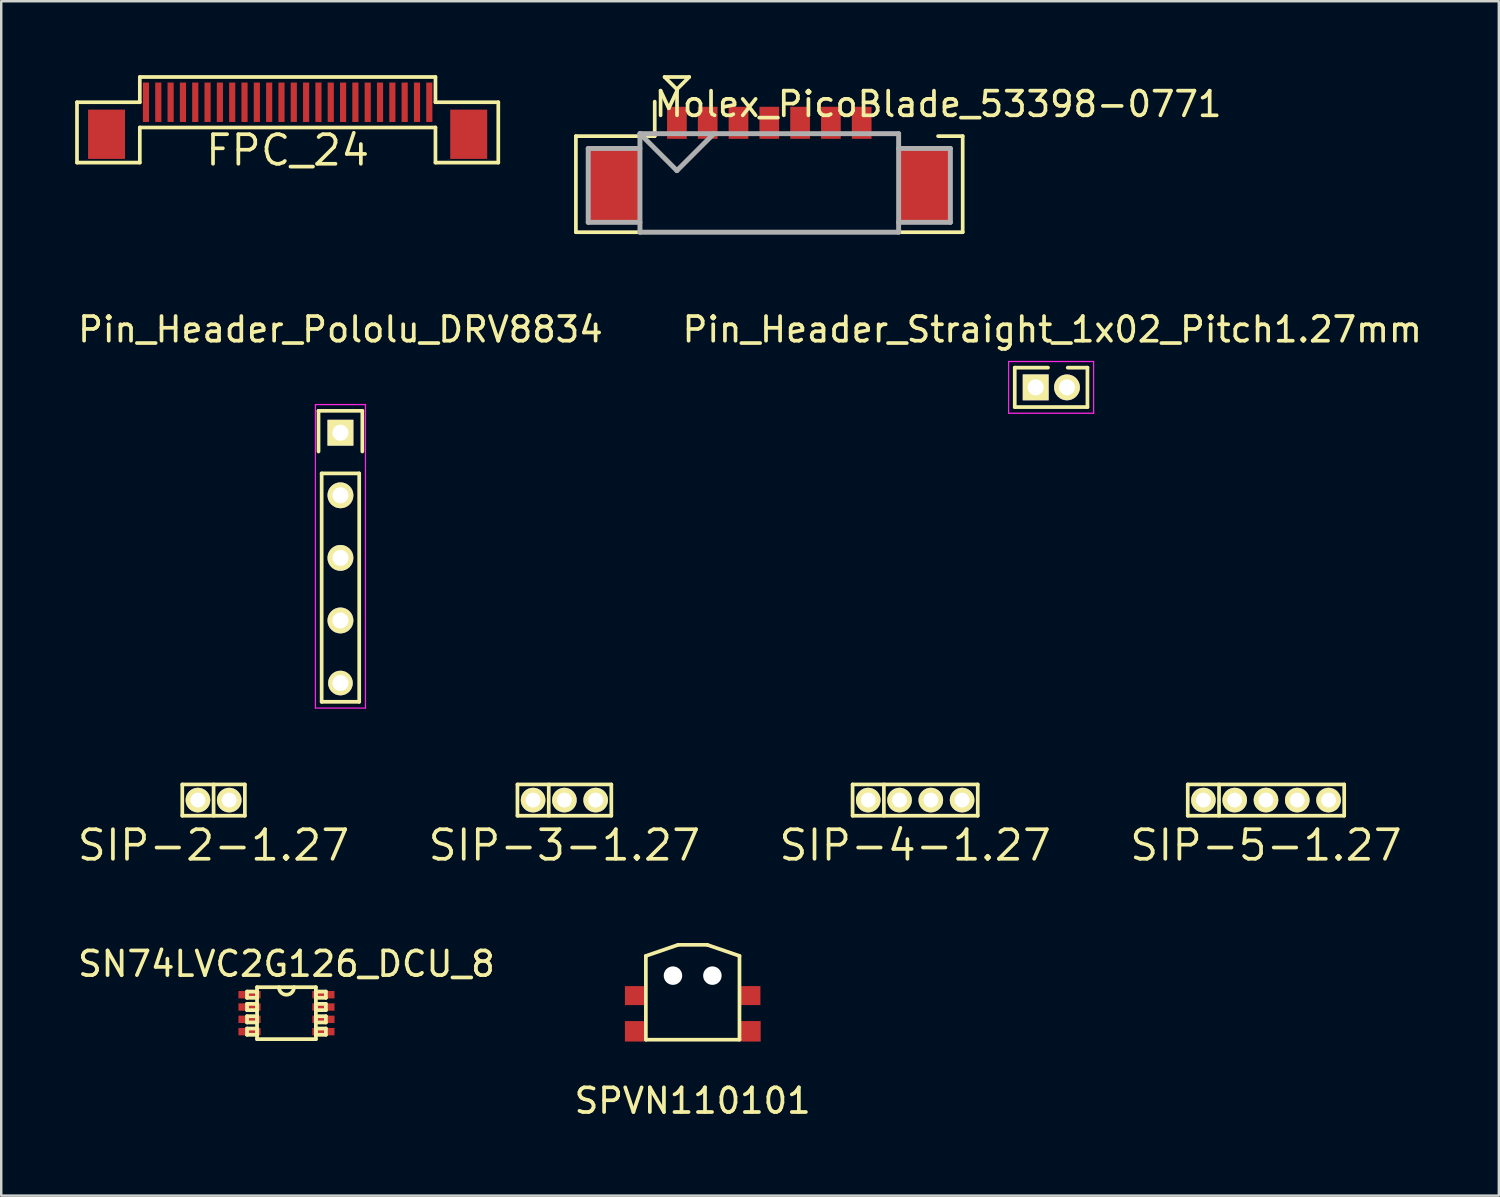
<source format=kicad_pcb>
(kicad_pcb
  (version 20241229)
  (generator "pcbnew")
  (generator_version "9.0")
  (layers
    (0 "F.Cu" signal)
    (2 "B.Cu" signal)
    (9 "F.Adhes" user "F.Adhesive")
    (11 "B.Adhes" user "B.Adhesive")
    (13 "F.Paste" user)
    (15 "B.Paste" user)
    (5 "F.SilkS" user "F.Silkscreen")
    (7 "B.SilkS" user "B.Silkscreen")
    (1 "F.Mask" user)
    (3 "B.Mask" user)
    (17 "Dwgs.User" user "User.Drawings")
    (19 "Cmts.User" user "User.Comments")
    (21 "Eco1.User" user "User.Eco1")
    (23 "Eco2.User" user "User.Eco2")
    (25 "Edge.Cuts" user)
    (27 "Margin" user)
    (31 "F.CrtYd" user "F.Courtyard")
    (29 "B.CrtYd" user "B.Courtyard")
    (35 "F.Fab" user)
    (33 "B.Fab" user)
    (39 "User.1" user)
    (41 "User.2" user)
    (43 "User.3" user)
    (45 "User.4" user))
  (footprint "FPC_24"
    (layer "F.Cu")
    (at 8.625 1.1)
    (property "Reference" "FPC_24" (at 0 1.95 0) (layer "F.SilkS") (effects (font (size 1.2 1.2) (thickness 0.15))))
    (attr through_hole)
    (fp_line (start -8.55 0) (end -6 0) (stroke (width 0.15) (type solid)) (layer "F.SilkS"))
    (fp_line (start -8.55 2.45) (end -8.55 0) (stroke (width 0.15) (type solid)) (layer "F.SilkS"))
    (fp_line (start -6 -1.025) (end 6 -1.025) (stroke (width 0.15) (type solid)) (layer "F.SilkS"))
    (fp_line (start -6 0) (end -6 -1.025) (stroke (width 0.15) (type solid)) (layer "F.SilkS"))
    (fp_line (start -6 1.025) (end -6 2.45) (stroke (width 0.15) (type solid)) (layer "F.SilkS"))
    (fp_line (start -6 1.025) (end 6 1.025) (stroke (width 0.15) (type solid)) (layer "F.SilkS"))
    (fp_line (start -6 2.45) (end -8.55 2.45) (stroke (width 0.15) (type solid)) (layer "F.SilkS"))
    (fp_line (start 6 0) (end 6 -1.025) (stroke (width 0.15) (type solid)) (layer "F.SilkS"))
    (fp_line (start 6 1.025) (end 6 2.45) (stroke (width 0.15) (type solid)) (layer "F.SilkS"))
    (fp_line (start 6 2.45) (end 8.55 2.45) (stroke (width 0.15) (type solid)) (layer "F.SilkS"))
    (fp_line (start 8.55 0) (end 6 0) (stroke (width 0.15) (type solid)) (layer "F.SilkS"))
    (fp_line (start 8.55 2.45) (end 8.55 0) (stroke (width 0.15) (type solid)) (layer "F.SilkS"))
    (pad "0" smd rect (at -7.35 1.3) (size 1.5 2) (layers "F.Cu" "F.Mask" "F.Paste"))
    (pad "0" smd rect (at 7.35 1.3) (size 1.5 2) (layers "F.Cu" "F.Mask" "F.Paste"))
    (pad "1" smd rect (at -5.75 0) (size 0.25 1.6) (layers "F.Cu" "F.Mask" "F.Paste"))
    (pad "2" smd rect (at -5.25 0) (size 0.25 1.6) (layers "F.Cu" "F.Mask" "F.Paste"))
    (pad "3" smd rect (at -4.75 0) (size 0.25 1.6) (layers "F.Cu" "F.Mask" "F.Paste"))
    (pad "4" smd rect (at -4.25 0) (size 0.25 1.6) (layers "F.Cu" "F.Mask" "F.Paste"))
    (pad "5" smd rect (at -3.75 0) (size 0.25 1.6) (layers "F.Cu" "F.Mask" "F.Paste"))
    (pad "6" smd rect (at -3.25 0) (size 0.25 1.6) (layers "F.Cu" "F.Mask" "F.Paste"))
    (pad "7" smd rect (at -2.75 0) (size 0.25 1.6) (layers "F.Cu" "F.Mask" "F.Paste"))
    (pad "8" smd rect (at -2.25 0) (size 0.25 1.6) (layers "F.Cu" "F.Mask" "F.Paste"))
    (pad "9" smd rect (at -1.75 0) (size 0.25 1.6) (layers "F.Cu" "F.Mask" "F.Paste"))
    (pad "10" smd rect (at -1.25 0) (size 0.25 1.6) (layers "F.Cu" "F.Mask" "F.Paste"))
    (pad "11" smd rect (at -0.75 0) (size 0.25 1.6) (layers "F.Cu" "F.Mask" "F.Paste"))
    (pad "12" smd rect (at -0.25 0) (size 0.25 1.6) (layers "F.Cu" "F.Mask" "F.Paste"))
    (pad "13" smd rect (at 0.25 0) (size 0.25 1.6) (layers "F.Cu" "F.Mask" "F.Paste"))
    (pad "14" smd rect (at 0.75 0) (size 0.25 1.6) (layers "F.Cu" "F.Mask" "F.Paste"))
    (pad "15" smd rect (at 1.25 0) (size 0.25 1.6) (layers "F.Cu" "F.Mask" "F.Paste"))
    (pad "16" smd rect (at 1.75 0) (size 0.25 1.6) (layers "F.Cu" "F.Mask" "F.Paste"))
    (pad "17" smd rect (at 2.25 0) (size 0.25 1.6) (layers "F.Cu" "F.Mask" "F.Paste"))
    (pad "18" smd rect (at 2.75 0) (size 0.25 1.6) (layers "F.Cu" "F.Mask" "F.Paste"))
    (pad "19" smd rect (at 3.25 0) (size 0.25 1.6) (layers "F.Cu" "F.Mask" "F.Paste"))
    (pad "20" smd rect (at 3.75 0) (size 0.25 1.6) (layers "F.Cu" "F.Mask" "F.Paste"))
    (pad "21" smd rect (at 4.25 0) (size 0.25 1.6) (layers "F.Cu" "F.Mask" "F.Paste"))
    (pad "22" smd rect (at 4.75 0) (size 0.25 1.6) (layers "F.Cu" "F.Mask" "F.Paste"))
    (pad "23" smd rect (at 5.25 0) (size 0.25 1.6) (layers "F.Cu" "F.Mask" "F.Paste"))
    (pad "24" smd rect (at 5.75 0) (size 0.25 1.6) (layers "F.Cu" "F.Mask" "F.Paste")))
  (footprint "SIP-4-1.27"
    (layer "F.Cu")
    (at 34.096 29.425)
    (property "Reference" "SIP-4-1.27" (at 0 1.835 0) (layer "F.SilkS") (effects (font (size 1.2 1.2) (thickness 0.15))))
    (attr through_hole)
    (fp_line (start -2.54 -0.635) (end 2.54 -0.635) (stroke (width 0.15) (type solid)) (layer "F.SilkS"))
    (fp_line (start -2.54 0.635) (end -2.54 -0.635) (stroke (width 0.15) (type solid)) (layer "F.SilkS"))
    (fp_line (start -1.27 -0.635) (end -1.27 0.635) (stroke (width 0.15) (type solid)) (layer "F.SilkS"))
    (fp_line (start 2.54 -0.635) (end 2.54 0.635) (stroke (width 0.15) (type solid)) (layer "F.SilkS"))
    (fp_line (start 2.54 0.635) (end -2.54 0.635) (stroke (width 0.15) (type solid)) (layer "F.SilkS"))
    (pad "1" thru_hole circle (at -1.905 0) (size 1 1) (drill 0.6) (layers "*.Cu" "*.Mask" "F.SilkS"))
    (pad "2" thru_hole circle (at -0.635 0) (size 1 1) (drill 0.6) (layers "*.Cu" "*.Mask" "F.SilkS"))
    (pad "3" thru_hole circle (at 0.635 0) (size 1 1) (drill 0.6) (layers "*.Cu" "*.Mask" "F.SilkS"))
    (pad "4" thru_hole circle (at 1.905 0) (size 1 1) (drill 0.6) (layers "*.Cu" "*.Mask" "F.SilkS")))
  (footprint "SN74LVC2G126_DCU_8"
    (layer "F.Cu")
    (at 8.577 38.074)
    (property "Reference" "SN74LVC2G126_DCU_8" (at 0 -2 0) (layer "F.SilkS") (effects (font (size 1 1) (thickness 0.15))))
    (attr through_hole)
    (fp_line (start -1.6 -0.877) (end -1.6 -0.623) (stroke (width 0.152) (type solid)) (layer "F.SilkS"))
    (fp_line (start -1.6 -0.623) (end -1.194 -0.623) (stroke (width 0.152) (type solid)) (layer "F.SilkS"))
    (fp_line (start -1.6 -0.377) (end -1.6 -0.123) (stroke (width 0.152) (type solid)) (layer "F.SilkS"))
    (fp_line (start -1.6 -0.123) (end -1.194 -0.123) (stroke (width 0.152) (type solid)) (layer "F.SilkS"))
    (fp_line (start -1.6 0.123) (end -1.6 0.377) (stroke (width 0.152) (type solid)) (layer "F.SilkS"))
    (fp_line (start -1.6 0.377) (end -1.194 0.377) (stroke (width 0.152) (type solid)) (layer "F.SilkS"))
    (fp_line (start -1.6 0.623) (end -1.6 0.877) (stroke (width 0.152) (type solid)) (layer "F.SilkS"))
    (fp_line (start -1.6 0.877) (end -1.194 0.877) (stroke (width 0.152) (type solid)) (layer "F.SilkS"))
    (fp_line (start -1.194 -1.054) (end -1.194 1.054) (stroke (width 0.152) (type solid)) (layer "F.SilkS"))
    (fp_line (start -1.194 -0.877) (end -1.6 -0.877) (stroke (width 0.152) (type solid)) (layer "F.SilkS"))
    (fp_line (start -1.194 -0.623) (end -1.194 -0.877) (stroke (width 0.152) (type solid)) (layer "F.SilkS"))
    (fp_line (start -1.194 -0.377) (end -1.6 -0.377) (stroke (width 0.152) (type solid)) (layer "F.SilkS"))
    (fp_line (start -1.194 -0.123) (end -1.194 -0.377) (stroke (width 0.152) (type solid)) (layer "F.SilkS"))
    (fp_line (start -1.194 0.123) (end -1.6 0.123) (stroke (width 0.152) (type solid)) (layer "F.SilkS"))
    (fp_line (start -1.194 0.377) (end -1.194 0.123) (stroke (width 0.152) (type solid)) (layer "F.SilkS"))
    (fp_line (start -1.194 0.623) (end -1.6 0.623) (stroke (width 0.152) (type solid)) (layer "F.SilkS"))
    (fp_line (start -1.194 0.877) (end -1.194 0.623) (stroke (width 0.152) (type solid)) (layer "F.SilkS"))
    (fp_line (start -1.194 1.054) (end 1.194 1.054) (stroke (width 0.152) (type solid)) (layer "F.SilkS"))
    (fp_line (start 1.194 -1.054) (end -1.194 -1.054) (stroke (width 0.152) (type solid)) (layer "F.SilkS"))
    (fp_line (start 1.194 -0.877) (end 1.194 -0.623) (stroke (width 0.152) (type solid)) (layer "F.SilkS"))
    (fp_line (start 1.194 -0.623) (end 1.6 -0.623) (stroke (width 0.152) (type solid)) (layer "F.SilkS"))
    (fp_line (start 1.194 -0.377) (end 1.194 -0.123) (stroke (width 0.152) (type solid)) (layer "F.SilkS"))
    (fp_line (start 1.194 -0.123) (end 1.6 -0.123) (stroke (width 0.152) (type solid)) (layer "F.SilkS"))
    (fp_line (start 1.194 0.123) (end 1.194 0.377) (stroke (width 0.152) (type solid)) (layer "F.SilkS"))
    (fp_line (start 1.194 0.377) (end 1.6 0.377) (stroke (width 0.152) (type solid)) (layer "F.SilkS"))
    (fp_line (start 1.194 0.623) (end 1.194 0.877) (stroke (width 0.152) (type solid)) (layer "F.SilkS"))
    (fp_line (start 1.194 0.877) (end 1.6 0.877) (stroke (width 0.152) (type solid)) (layer "F.SilkS"))
    (fp_line (start 1.194 1.054) (end 1.194 -1.054) (stroke (width 0.152) (type solid)) (layer "F.SilkS"))
    (fp_line (start 1.6 -0.877) (end 1.194 -0.877) (stroke (width 0.152) (type solid)) (layer "F.SilkS"))
    (fp_line (start 1.6 -0.623) (end 1.6 -0.877) (stroke (width 0.152) (type solid)) (layer "F.SilkS"))
    (fp_line (start 1.6 -0.377) (end 1.194 -0.377) (stroke (width 0.152) (type solid)) (layer "F.SilkS"))
    (fp_line (start 1.6 -0.123) (end 1.6 -0.377) (stroke (width 0.152) (type solid)) (layer "F.SilkS"))
    (fp_line (start 1.6 0.123) (end 1.194 0.123) (stroke (width 0.152) (type solid)) (layer "F.SilkS"))
    (fp_line (start 1.6 0.377) (end 1.6 0.123) (stroke (width 0.152) (type solid)) (layer "F.SilkS"))
    (fp_line (start 1.6 0.623) (end 1.194 0.623) (stroke (width 0.152) (type solid)) (layer "F.SilkS"))
    (fp_line (start 1.6 0.877) (end 1.6 0.623) (stroke (width 0.152) (type solid)) (layer "F.SilkS"))
    (fp_arc (start 0.3048 -1.0541) (mid 0 -0.7493) (end -0.3048 -1.0541) (stroke (width 0.1524) (type solid)) (layer "F.SilkS"))
    (pad "1" smd rect (at -1.5 -0.75) (size 0.9 0.3) (layers "F.Cu" "F.Mask" "F.Paste"))
    (pad "2" smd rect (at -1.5 -0.25) (size 0.9 0.3) (layers "F.Cu" "F.Mask" "F.Paste"))
    (pad "3" smd rect (at -1.5 0.25) (size 0.9 0.3) (layers "F.Cu" "F.Mask" "F.Paste"))
    (pad "4" smd rect (at -1.5 0.75) (size 0.9 0.3) (layers "F.Cu" "F.Mask" "F.Paste"))
    (pad "5" smd rect (at 1.5 0.75) (size 0.9 0.3) (layers "F.Cu" "F.Mask" "F.Paste"))
    (pad "6" smd rect (at 1.5 0.25) (size 0.9 0.3) (layers "F.Cu" "F.Mask" "F.Paste"))
    (pad "7" smd rect (at 1.5 -0.25) (size 0.9 0.3) (layers "F.Cu" "F.Mask" "F.Paste"))
    (pad "8" smd rect (at 1.5 -0.75) (size 0.9 0.3) (layers "F.Cu" "F.Mask" "F.Paste")))
  (footprint "Pin_Header_Straight_1x02_Pitch1.27mm"
    (layer "F.Cu")
    (at 38.988 12.673)
    (property "Reference" "Pin_Header_Straight_1x02_Pitch1.27mm" (at 0.673 -2.349 0) (layer "F.SilkS") (effects (font (size 1 1) (thickness 0.15))))
    (attr through_hole)
    (fp_line (start -0.85 -0.8) (end -0.85 0.8) (stroke (width 0.15) (type solid)) (layer "F.SilkS"))
    (fp_line (start 0.5 -0.8) (end -0.85 -0.8) (stroke (width 0.15) (type solid)) (layer "F.SilkS"))
    (fp_line (start 2.1 -0.8) (end 1.3 -0.8) (stroke (width 0.15) (type solid)) (layer "F.SilkS"))
    (fp_line (start 2.1 0.8) (end -0.85 0.8) (stroke (width 0.15) (type solid)) (layer "F.SilkS"))
    (fp_line (start 2.1 0.8) (end 2.1 -0.8) (stroke (width 0.15) (type solid)) (layer "F.SilkS"))
    (fp_line (start -1.1 -1.05) (end -1.1 1.05) (stroke (width 0.05) (type solid)) (layer "F.CrtYd"))
    (fp_line (start -1.1 -1.05) (end 2.35 -1.05) (stroke (width 0.05) (type solid)) (layer "F.CrtYd"))
    (fp_line (start -1.1 1.05) (end 2.35 1.05) (stroke (width 0.05) (type solid)) (layer "F.CrtYd"))
    (fp_line (start 2.35 -1.05) (end 2.35 1.05) (stroke (width 0.05) (type solid)) (layer "F.CrtYd"))
    (pad "1" thru_hole rect (at 0 0) (size 1.05 1.05) (drill 0.65) (layers "*.Cu" "*.Mask" "F.SilkS"))
    (pad "2" thru_hole circle (at 1.27 0) (size 1.05 1.05) (drill 0.65) (layers "*.Cu" "*.Mask" "F.SilkS")))
  (footprint "SPVN110101"
    (layer "F.Cu")
    (at 25.065 36.55)
    (property "Reference" "SPVN110101" (at 0 5.08 0) (layer "F.SilkS") (effects (font (size 1 1) (thickness 0.15))))
    (attr through_hole)
    (fp_line (start -1.9 -0.8) (end -1.9 2.6) (stroke (width 0.15) (type solid)) (layer "F.SilkS"))
    (fp_line (start -1.9 -0.8) (end -0.59 -1.25) (stroke (width 0.15) (type solid)) (layer "F.SilkS"))
    (fp_line (start -1.9 2.6) (end 1.9 2.6) (stroke (width 0.15) (type solid)) (layer "F.SilkS"))
    (fp_line (start 0.59 -1.25) (end -0.59 -1.25) (stroke (width 0.15) (type solid)) (layer "F.SilkS"))
    (fp_line (start 0.59 -1.25) (end 1.9 -0.8) (stroke (width 0.15) (type solid)) (layer "F.SilkS"))
    (fp_line (start 1.9 2.6) (end 1.9 -0.8) (stroke (width 0.15) (type solid)) (layer "F.SilkS"))
    (pad "" np_thru_hole circle (at -0.8 0) (size 0.75 0.75) (drill 0.75) (layers "*.Cu"))
    (pad "" np_thru_hole circle (at 0.8 0) (size 0.75 0.75) (drill 0.75) (layers "*.Cu"))
    (pad "1" smd rect (at -2.35 0.81) (size 0.8 0.77) (layers "F.Cu" "F.Mask" "F.Paste"))
    (pad "2" smd rect (at -2.35 2.26) (size 0.8 0.83) (layers "F.Cu" "F.Mask" "F.Paste"))
    (pad "3" smd rect (at 2.35 0.81) (size 0.8 0.77) (layers "F.Cu" "F.Mask" "F.Paste"))
    (pad "4" smd rect (at 2.36 2.26) (size 0.8 0.83) (layers "F.Cu" "F.Mask" "F.Paste")))
  (footprint "Molex_PicoBlade_53398-0771"
    (layer "F.Cu")
    (at 28.175 4.475)
    (property "Reference" "Molex_PicoBlade_53398-0771" (at 6.85 -3.3 0) (layer "F.SilkS") (effects (font (size 1 1) (thickness 0.15))))
    (attr smd)
    (fp_line (start -7.85 -2) (end -7.85 1.9) (stroke (width 0.15) (type solid)) (layer "F.SilkS"))
    (fp_line (start -7.85 1.9) (end 7.85 1.9) (stroke (width 0.15) (type solid)) (layer "F.SilkS"))
    (fp_line (start -4.65 -3.4) (end -4.65 -2) (stroke (width 0.15) (type solid)) (layer "F.SilkS"))
    (fp_line (start -4.65 -2) (end -7.85 -2) (stroke (width 0.15) (type solid)) (layer "F.SilkS"))
    (fp_line (start -4.25 -4.4) (end -3.25 -4.4) (stroke (width 0.15) (type solid)) (layer "F.SilkS"))
    (fp_line (start -3.75 -3.9) (end -4.25 -4.4) (stroke (width 0.15) (type solid)) (layer "F.SilkS"))
    (fp_line (start -3.25 -4.4) (end -3.75 -3.9) (stroke (width 0.15) (type solid)) (layer "F.SilkS"))
    (fp_line (start 7.85 -2) (end 6.85 -2) (stroke (width 0.15) (type solid)) (layer "F.SilkS"))
    (fp_line (start 7.85 1.9) (end 7.85 -2) (stroke (width 0.15) (type solid)) (layer "F.SilkS"))
    (fp_line (start -7.35 -1.5) (end -7.35 1.5) (stroke (width 0.2) (type solid)) (layer "F.Fab"))
    (fp_line (start -7.35 1.5) (end -5.25 1.5) (stroke (width 0.2) (type solid)) (layer "F.Fab"))
    (fp_line (start -5.25 -2.1) (end -5.25 1.9) (stroke (width 0.2) (type solid)) (layer "F.Fab"))
    (fp_line (start -5.25 -2.1) (end -3.75 -0.6) (stroke (width 0.2) (type solid)) (layer "F.Fab"))
    (fp_line (start -5.25 -1.5) (end -7.35 -1.5) (stroke (width 0.2) (type solid)) (layer "F.Fab"))
    (fp_line (start -5.25 1.9) (end 5.25 1.9) (stroke (width 0.2) (type solid)) (layer "F.Fab"))
    (fp_line (start -3.75 -0.6) (end -2.25 -2.1) (stroke (width 0.2) (type solid)) (layer "F.Fab"))
    (fp_line (start 5.25 -2.1) (end -5.25 -2.1) (stroke (width 0.2) (type solid)) (layer "F.Fab"))
    (fp_line (start 5.25 -1.5) (end 7.35 -1.5) (stroke (width 0.2) (type solid)) (layer "F.Fab"))
    (fp_line (start 5.25 1.9) (end 5.25 -2.1) (stroke (width 0.2) (type solid)) (layer "F.Fab"))
    (fp_line (start 7.35 -1.5) (end 7.35 1.5) (stroke (width 0.2) (type solid)) (layer "F.Fab"))
    (fp_line (start 7.35 1.5) (end 5.25 1.5) (stroke (width 0.2) (type solid)) (layer "F.Fab"))
    (pad "" smd rect (at -6.3 0) (size 2.1 3) (layers "F.Cu" "F.Mask" "F.Paste"))
    (pad "" smd rect (at 6.3 0) (size 2.1 3) (layers "F.Cu" "F.Mask" "F.Paste"))
    (pad "1" smd rect (at -3.75 -2.54) (size 0.8 1.3) (layers "F.Cu" "F.Mask" "F.Paste"))
    (pad "2" smd rect (at -2.5 -2.54) (size 0.8 1.3) (layers "F.Cu" "F.Mask" "F.Paste"))
    (pad "3" smd rect (at -1.25 -2.54) (size 0.8 1.3) (layers "F.Cu" "F.Mask" "F.Paste"))
    (pad "4" smd rect (at 0 -2.54) (size 0.8 1.3) (layers "F.Cu" "F.Mask" "F.Paste"))
    (pad "5" smd rect (at 1.25 -2.54) (size 0.8 1.3) (layers "F.Cu" "F.Mask" "F.Paste"))
    (pad "6" smd rect (at 2.5 -2.54) (size 0.8 1.3) (layers "F.Cu" "F.Mask" "F.Paste"))
    (pad "7" smd rect (at 3.75 -2.54) (size 0.8 1.3) (layers "F.Cu" "F.Mask" "F.Paste")))
  (footprint "SIP-5-1.27"
    (layer "F.Cu")
    (at 48.335 29.425)
    (property "Reference" "SIP-5-1.27" (at 0 1.835 0) (layer "F.SilkS") (effects (font (size 1.2 1.2) (thickness 0.15))))
    (attr through_hole)
    (fp_line (start -3.175 -0.635) (end 3.175 -0.635) (stroke (width 0.15) (type solid)) (layer "F.SilkS"))
    (fp_line (start -3.175 0.635) (end -3.175 -0.635) (stroke (width 0.15) (type solid)) (layer "F.SilkS"))
    (fp_line (start -1.905 -0.635) (end -1.905 0.635) (stroke (width 0.15) (type solid)) (layer "F.SilkS"))
    (fp_line (start 3.175 -0.635) (end 3.175 0.635) (stroke (width 0.15) (type solid)) (layer "F.SilkS"))
    (fp_line (start 3.175 0.635) (end -3.175 0.635) (stroke (width 0.15) (type solid)) (layer "F.SilkS"))
    (pad "1" thru_hole circle (at -2.54 0) (size 1 1) (drill 0.6) (layers "*.Cu" "*.Mask" "F.SilkS"))
    (pad "2" thru_hole circle (at -1.27 0) (size 1 1) (drill 0.6) (layers "*.Cu" "*.Mask" "F.SilkS"))
    (pad "3" thru_hole circle (at 0 0) (size 1 1) (drill 0.6) (layers "*.Cu" "*.Mask" "F.SilkS"))
    (pad "4" thru_hole circle (at 1.27 0) (size 1 1) (drill 0.6) (layers "*.Cu" "*.Mask" "F.SilkS"))
    (pad "5" thru_hole circle (at 2.54 0) (size 1 1) (drill 0.6) (layers "*.Cu" "*.Mask" "F.SilkS")))
  (footprint "SIP-2-1.27"
    (layer "F.Cu")
    (at 5.619 29.425)
    (property "Reference" "SIP-2-1.27" (at 0 1.835 0) (layer "F.SilkS") (effects (font (size 1.2 1.2) (thickness 0.15))))
    (attr through_hole)
    (fp_line (start -1.27 -0.635) (end 1.27 -0.635) (stroke (width 0.15) (type solid)) (layer "F.SilkS"))
    (fp_line (start -1.27 0.635) (end -1.27 -0.635) (stroke (width 0.15) (type solid)) (layer "F.SilkS"))
    (fp_line (start 0 -0.635) (end 0 0.635) (stroke (width 0.15) (type solid)) (layer "F.SilkS"))
    (fp_line (start 1.27 -0.635) (end 1.27 0.635) (stroke (width 0.15) (type solid)) (layer "F.SilkS"))
    (fp_line (start 1.27 0.635) (end -1.27 0.635) (stroke (width 0.15) (type solid)) (layer "F.SilkS"))
    (pad "1" thru_hole circle (at -0.635 0) (size 1 1) (drill 0.6) (layers "*.Cu" "*.Mask" "F.SilkS"))
    (pad "2" thru_hole circle (at 0.635 0) (size 1 1) (drill 0.6) (layers "*.Cu" "*.Mask" "F.SilkS")))
  (footprint "Pin_Header_Pololu_DRV8834"
    (layer "F.Cu")
    (at 10.768 14.514)
    (property "Reference" "Pin_Header_Pololu_DRV8834" (at 0 -4.191 0) (layer "F.SilkS") (effects (font (size 1 1) (thickness 0.15))))
    (attr through_hole)
    (fp_line (start -0.889 -0.889) (end 0.889 -0.889) (stroke (width 0.15) (type solid)) (layer "F.SilkS"))
    (fp_line (start -0.889 0.762) (end -0.889 -0.889) (stroke (width 0.15) (type solid)) (layer "F.SilkS"))
    (fp_line (start -0.762 10.922) (end -0.762 1.651) (stroke (width 0.15) (type solid)) (layer "F.SilkS"))
    (fp_line (start 0.762 1.651) (end -0.762 1.651) (stroke (width 0.15) (type solid)) (layer "F.SilkS"))
    (fp_line (start 0.762 1.651) (end 0.762 10.922) (stroke (width 0.15) (type solid)) (layer "F.SilkS"))
    (fp_line (start 0.762 10.922) (end -0.762 10.922) (stroke (width 0.15) (type solid)) (layer "F.SilkS"))
    (fp_line (start 0.889 -0.889) (end 0.889 0.762) (stroke (width 0.15) (type solid)) (layer "F.SilkS"))
    (fp_line (start -1.016 -1.143) (end -1.016 11.176) (stroke (width 0.05) (type solid)) (layer "F.CrtYd"))
    (fp_line (start -1.016 -1.143) (end 1.016 -1.143) (stroke (width 0.05) (type solid)) (layer "F.CrtYd"))
    (fp_line (start -1.016 11.176) (end 1.016 11.176) (stroke (width 0.05) (type solid)) (layer "F.CrtYd"))
    (fp_line (start 1.016 -1.143) (end 1.016 11.176) (stroke (width 0.05) (type solid)) (layer "F.CrtYd"))
    (pad "1" thru_hole rect (at 0 0) (size 1.05 1.05) (drill 0.65) (layers "*.Cu" "*.Mask" "F.SilkS"))
    (pad "3" thru_hole circle (at 0 5.08) (size 1.05 1.05) (drill 0.65) (layers "*.Cu" "*.Mask" "F.SilkS"))
    (pad "4" thru_hole circle (at 0 7.62) (size 1.05 1.05) (drill 0.65) (layers "*.Cu" "*.Mask" "F.SilkS"))
    (pad "5" thru_hole circle (at 0 10.16) (size 1 1) (drill 0.65) (layers "*.Cu" "*.Mask" "F.SilkS"))
    (pad "~" thru_hole circle (at 0 2.54) (size 1.05 1.05) (drill 0.65) (layers "*.Cu" "*.Mask" "F.SilkS")))
  (footprint "SIP-3-1.27"
    (layer "F.Cu")
    (at 19.858 29.425)
    (property "Reference" "SIP-3-1.27" (at 0 1.835 0) (layer "F.SilkS") (effects (font (size 1.2 1.2) (thickness 0.15))))
    (attr through_hole)
    (fp_line (start -1.905 -0.635) (end 1.905 -0.635) (stroke (width 0.15) (type solid)) (layer "F.SilkS"))
    (fp_line (start -1.905 0.635) (end -1.905 -0.635) (stroke (width 0.15) (type solid)) (layer "F.SilkS"))
    (fp_line (start -0.635 -0.635) (end -0.635 0.635) (stroke (width 0.15) (type solid)) (layer "F.SilkS"))
    (fp_line (start 1.905 -0.635) (end 1.905 0.635) (stroke (width 0.15) (type solid)) (layer "F.SilkS"))
    (fp_line (start 1.905 0.635) (end -1.905 0.635) (stroke (width 0.15) (type solid)) (layer "F.SilkS"))
    (pad "1" thru_hole circle (at -1.27 0) (size 1 1) (drill 0.6) (layers "*.Cu" "*.Mask" "F.SilkS"))
    (pad "2" thru_hole circle (at 0 0) (size 1 1) (drill 0.6) (layers "*.Cu" "*.Mask" "F.SilkS"))
    (pad "3" thru_hole circle (at 1.27 0) (size 1 1) (drill 0.6) (layers "*.Cu" "*.Mask" "F.SilkS")))
  (gr_rect
    (start -3 -3)
    (end 57.786 45.479)
    (stroke (width 0.1) (type default))
    (fill no)
    (layer "Edge.Cuts")))
</source>
